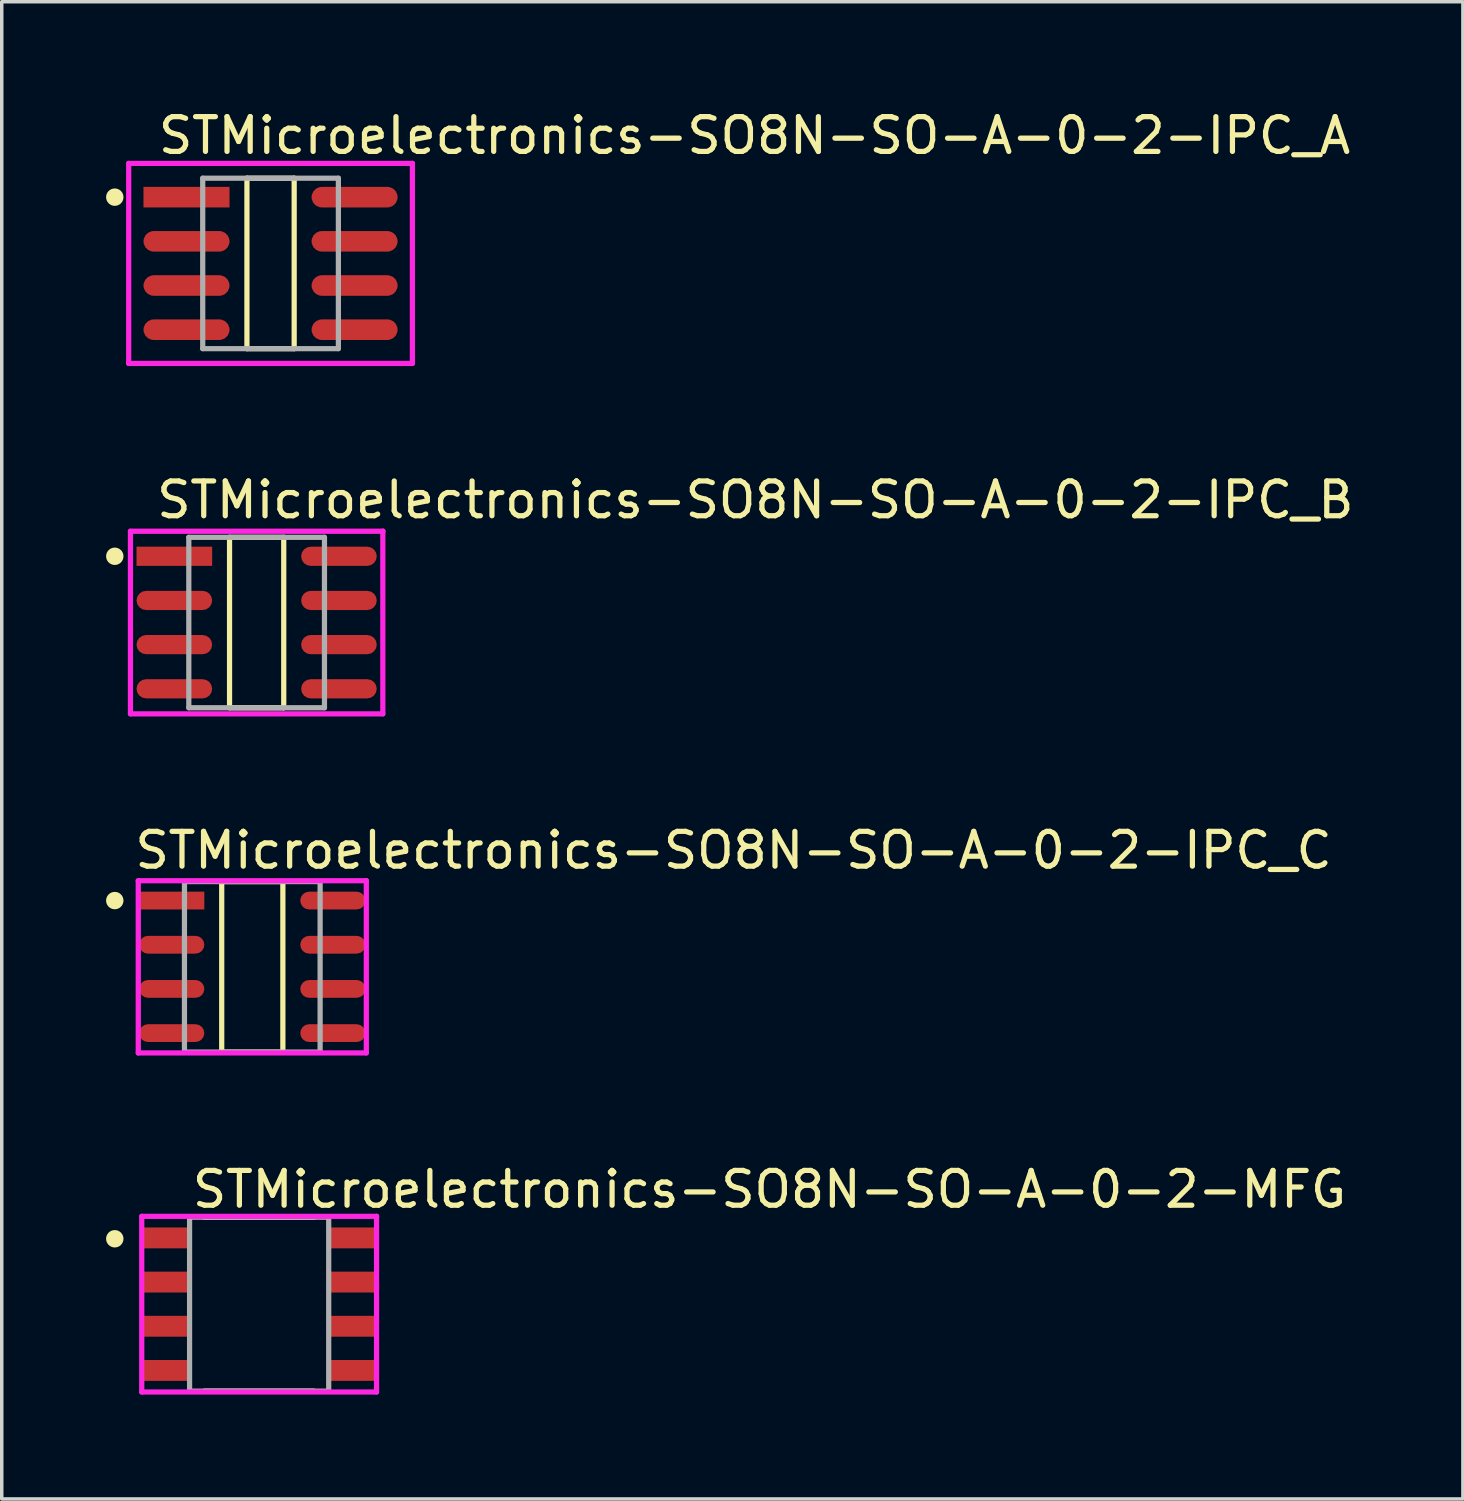
<source format=kicad_pcb>
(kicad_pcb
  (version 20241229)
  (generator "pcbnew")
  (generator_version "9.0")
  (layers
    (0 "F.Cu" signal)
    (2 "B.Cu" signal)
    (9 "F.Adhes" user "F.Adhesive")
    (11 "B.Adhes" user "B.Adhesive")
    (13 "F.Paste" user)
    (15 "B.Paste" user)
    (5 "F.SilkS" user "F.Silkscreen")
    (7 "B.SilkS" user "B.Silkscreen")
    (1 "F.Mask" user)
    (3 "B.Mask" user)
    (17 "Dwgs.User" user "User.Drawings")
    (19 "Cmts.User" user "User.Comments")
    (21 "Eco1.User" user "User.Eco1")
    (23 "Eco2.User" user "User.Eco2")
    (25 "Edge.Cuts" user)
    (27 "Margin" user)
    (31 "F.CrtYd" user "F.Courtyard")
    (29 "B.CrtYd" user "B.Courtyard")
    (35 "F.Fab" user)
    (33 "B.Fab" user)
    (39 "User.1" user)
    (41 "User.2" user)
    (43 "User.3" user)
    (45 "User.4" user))
  (footprint "STMicroelectronics-SO8N-SO-A-0-2-IPC_B"
    (layer "F.Cu")
    (at 4.328 14.847)
    (property "Reference" "STMicroelectronics-SO8N-SO-A-0-2-IPC_B" (at -2.953 -3.525 0) (layer "F.SilkS") (effects (font (size 1 1) (thickness 0.15)) (justify left)))
    (attr through_hole)
    (fp_line (start -0.779 -2.45) (end 0.779 -2.45) (stroke (width 0.15) (type solid)) (layer "F.SilkS"))
    (fp_line (start -0.779 2.45) (end -0.779 -2.45) (stroke (width 0.15) (type solid)) (layer "F.SilkS"))
    (fp_line (start 0.779 -2.45) (end 0.779 2.45) (stroke (width 0.15) (type solid)) (layer "F.SilkS"))
    (fp_line (start 0.779 2.45) (end -0.779 2.45) (stroke (width 0.15) (type solid)) (layer "F.SilkS"))
    (fp_circle (center -4.078 -1.905) (end -3.953 -1.905) (stroke (width 0.25) (type solid)) (fill no) (layer "F.SilkS"))
    (fp_line (start -3.628 -2.625) (end -3.628 2.625) (stroke (width 0.15) (type solid)) (layer "F.CrtYd"))
    (fp_line (start -3.628 2.625) (end 3.628 2.625) (stroke (width 0.15) (type solid)) (layer "F.CrtYd"))
    (fp_line (start 3.628 -2.625) (end -3.628 -2.625) (stroke (width 0.15) (type solid)) (layer "F.CrtYd"))
    (fp_line (start 3.628 -2.625) (end 3.628 -2.625) (stroke (width 0.15) (type solid)) (layer "F.CrtYd"))
    (fp_line (start 3.628 2.625) (end 3.628 -2.625) (stroke (width 0.15) (type solid)) (layer "F.CrtYd"))
    (fp_line (start -1.95 -2.45) (end 1.95 -2.45) (stroke (width 0.15) (type solid)) (layer "F.Fab"))
    (fp_line (start -1.95 2.45) (end -1.95 -2.45) (stroke (width 0.15) (type solid)) (layer "F.Fab"))
    (fp_line (start 1.95 -2.45) (end 1.95 2.45) (stroke (width 0.15) (type solid)) (layer "F.Fab"))
    (fp_line (start 1.95 2.45) (end -1.95 2.45) (stroke (width 0.15) (type solid)) (layer "F.Fab"))
    (pad "1" smd rect (at -2.366 -1.905) (size 2.174 0.552) (layers "F.Cu" "F.Mask" "F.Paste"))
    (pad "2" smd roundrect (at -2.366 -0.635) (size 2.174 0.552) (layers "F.Cu" "F.Mask" "F.Paste") (roundrect_rratio 0.5))
    (pad "3" smd roundrect (at -2.366 0.635) (size 2.174 0.552) (layers "F.Cu" "F.Mask" "F.Paste") (roundrect_rratio 0.5))
    (pad "4" smd roundrect (at -2.366 1.905) (size 2.174 0.552) (layers "F.Cu" "F.Mask" "F.Paste") (roundrect_rratio 0.5))
    (pad "5" smd roundrect (at 2.366 1.905) (size 2.174 0.552) (layers "F.Cu" "F.Mask" "F.Paste") (roundrect_rratio 0.5))
    (pad "6" smd roundrect (at 2.366 0.635) (size 2.174 0.552) (layers "F.Cu" "F.Mask" "F.Paste") (roundrect_rratio 0.5))
    (pad "7" smd roundrect (at 2.366 -0.635) (size 2.174 0.552) (layers "F.Cu" "F.Mask" "F.Paste") (roundrect_rratio 0.5))
    (pad "8" smd roundrect (at 2.366 -1.905) (size 2.174 0.552) (layers "F.Cu" "F.Mask" "F.Paste") (roundrect_rratio 0.5)))
  (footprint "STMicroelectronics-SO8N-SO-A-0-2-IPC_C"
    (layer "F.Cu")
    (at 4.203 24.745)
    (property "Reference" "STMicroelectronics-SO8N-SO-A-0-2-IPC_C" (at -3.453 -3.35 0) (layer "F.SilkS") (effects (font (size 1 1) (thickness 0.15)) (justify left)))
    (attr through_hole)
    (fp_line (start -0.879 -2.45) (end 0.879 -2.45) (stroke (width 0.15) (type solid)) (layer "F.SilkS"))
    (fp_line (start -0.879 2.45) (end -0.879 -2.45) (stroke (width 0.15) (type solid)) (layer "F.SilkS"))
    (fp_line (start 0.879 -2.45) (end 0.879 2.45) (stroke (width 0.15) (type solid)) (layer "F.SilkS"))
    (fp_line (start 0.879 2.45) (end -0.879 2.45) (stroke (width 0.15) (type solid)) (layer "F.SilkS"))
    (fp_circle (center -3.953 -1.905) (end -3.828 -1.905) (stroke (width 0.25) (type solid)) (fill no) (layer "F.SilkS"))
    (fp_line (start -3.278 -2.475) (end -3.278 2.475) (stroke (width 0.15) (type solid)) (layer "F.CrtYd"))
    (fp_line (start -3.278 2.475) (end 3.278 2.475) (stroke (width 0.15) (type solid)) (layer "F.CrtYd"))
    (fp_line (start 3.278 -2.475) (end -3.278 -2.475) (stroke (width 0.15) (type solid)) (layer "F.CrtYd"))
    (fp_line (start 3.278 -2.475) (end 3.278 -2.475) (stroke (width 0.15) (type solid)) (layer "F.CrtYd"))
    (fp_line (start 3.278 2.475) (end 3.278 -2.475) (stroke (width 0.15) (type solid)) (layer "F.CrtYd"))
    (fp_line (start -1.95 -2.45) (end 1.95 -2.45) (stroke (width 0.15) (type solid)) (layer "F.Fab"))
    (fp_line (start -1.95 2.45) (end -1.95 -2.45) (stroke (width 0.15) (type solid)) (layer "F.Fab"))
    (fp_line (start 1.95 -2.45) (end 1.95 2.45) (stroke (width 0.15) (type solid)) (layer "F.Fab"))
    (fp_line (start 1.95 2.45) (end -1.95 2.45) (stroke (width 0.15) (type solid)) (layer "F.Fab"))
    (pad "1" smd rect (at -2.316 -1.905) (size 1.874 0.512) (layers "F.Cu" "F.Mask" "F.Paste"))
    (pad "2" smd roundrect (at -2.316 -0.635) (size 1.874 0.512) (layers "F.Cu" "F.Mask" "F.Paste") (roundrect_rratio 0.5))
    (pad "3" smd roundrect (at -2.316 0.635) (size 1.874 0.512) (layers "F.Cu" "F.Mask" "F.Paste") (roundrect_rratio 0.5))
    (pad "4" smd roundrect (at -2.316 1.905) (size 1.874 0.512) (layers "F.Cu" "F.Mask" "F.Paste") (roundrect_rratio 0.5))
    (pad "5" smd roundrect (at 2.316 1.905) (size 1.874 0.512) (layers "F.Cu" "F.Mask" "F.Paste") (roundrect_rratio 0.5))
    (pad "6" smd roundrect (at 2.316 0.635) (size 1.874 0.512) (layers "F.Cu" "F.Mask" "F.Paste") (roundrect_rratio 0.5))
    (pad "7" smd roundrect (at 2.316 -0.635) (size 1.874 0.512) (layers "F.Cu" "F.Mask" "F.Paste") (roundrect_rratio 0.5))
    (pad "8" smd roundrect (at 2.316 -1.905) (size 1.874 0.512) (layers "F.Cu" "F.Mask" "F.Paste") (roundrect_rratio 0.5)))
  (footprint "STMicroelectronics-SO8N-SO-A-0-2-MFG"
    (layer "F.Cu")
    (at 4.4 34.443)
    (property "Reference" "STMicroelectronics-SO8N-SO-A-0-2-MFG" (at -2 -3.3 0) (layer "F.SilkS") (effects (font (size 1 1) (thickness 0.15)) (justify left)))
    (attr through_hole)
    (fp_line (start -1.575 -2.5) (end 1.575 -2.5) (stroke (width 0.15) (type solid)) (layer "F.SilkS"))
    (fp_line (start -1.575 2.5) (end 1.575 2.5) (stroke (width 0.15) (type solid)) (layer "F.SilkS"))
    (fp_circle (center -4.15 -1.88) (end -4.025 -1.88) (stroke (width 0.25) (type solid)) (fill no) (layer "F.SilkS"))
    (fp_line (start -3.375 -2.525) (end -3.375 2.525) (stroke (width 0.15) (type solid)) (layer "F.CrtYd"))
    (fp_line (start -3.375 2.525) (end 3.375 2.525) (stroke (width 0.15) (type solid)) (layer "F.CrtYd"))
    (fp_line (start 3.375 -2.525) (end -3.375 -2.525) (stroke (width 0.15) (type solid)) (layer "F.CrtYd"))
    (fp_line (start 3.375 -2.525) (end 3.375 -2.525) (stroke (width 0.15) (type solid)) (layer "F.CrtYd"))
    (fp_line (start 3.375 2.525) (end 3.375 -2.525) (stroke (width 0.15) (type solid)) (layer "F.CrtYd"))
    (fp_line (start -2 -2.5) (end 2 -2.5) (stroke (width 0.15) (type solid)) (layer "F.Fab"))
    (fp_line (start -2 2.5) (end -2 -2.5) (stroke (width 0.15) (type solid)) (layer "F.Fab"))
    (fp_line (start 2 -2.5) (end 2 2.5) (stroke (width 0.15) (type solid)) (layer "F.Fab"))
    (fp_line (start 2 2.5) (end -2 2.5) (stroke (width 0.15) (type solid)) (layer "F.Fab"))
    (pad "1" smd rect (at -2.65 -1.905) (size 1.4 0.6) (layers "F.Cu" "F.Mask" "F.Paste"))
    (pad "2" smd rect (at -2.65 -0.635) (size 1.4 0.6) (layers "F.Cu" "F.Mask" "F.Paste"))
    (pad "3" smd rect (at -2.65 0.635) (size 1.4 0.6) (layers "F.Cu" "F.Mask" "F.Paste"))
    (pad "4" smd rect (at -2.65 1.905) (size 1.4 0.6) (layers "F.Cu" "F.Mask" "F.Paste"))
    (pad "5" smd rect (at 2.65 1.905) (size 1.4 0.6) (layers "F.Cu" "F.Mask" "F.Paste"))
    (pad "6" smd rect (at 2.65 0.635) (size 1.4 0.6) (layers "F.Cu" "F.Mask" "F.Paste"))
    (pad "7" smd rect (at 2.65 -0.635) (size 1.4 0.6) (layers "F.Cu" "F.Mask" "F.Paste"))
    (pad "8" smd rect (at 2.65 -1.905) (size 1.4 0.6) (layers "F.Cu" "F.Mask" "F.Paste")))
  (footprint "STMicroelectronics-SO8N-SO-A-0-2-IPC_A"
    (layer "F.Cu")
    (at 4.728 4.523)
    (property "Reference" "STMicroelectronics-SO8N-SO-A-0-2-IPC_A" (at -3.303 -3.675 0) (layer "F.SilkS") (effects (font (size 1 1) (thickness 0.15)) (justify left)))
    (attr through_hole)
    (fp_line (start -0.679 -2.45) (end 0.679 -2.45) (stroke (width 0.15) (type solid)) (layer "F.SilkS"))
    (fp_line (start -0.679 2.45) (end -0.679 -2.45) (stroke (width 0.15) (type solid)) (layer "F.SilkS"))
    (fp_line (start 0.679 -2.45) (end 0.679 2.45) (stroke (width 0.15) (type solid)) (layer "F.SilkS"))
    (fp_line (start 0.679 2.45) (end -0.679 2.45) (stroke (width 0.15) (type solid)) (layer "F.SilkS"))
    (fp_circle (center -4.478 -1.905) (end -4.353 -1.905) (stroke (width 0.25) (type solid)) (fill no) (layer "F.SilkS"))
    (fp_line (start -4.078 -2.875) (end -4.078 2.875) (stroke (width 0.15) (type solid)) (layer "F.CrtYd"))
    (fp_line (start -4.078 2.875) (end 4.078 2.875) (stroke (width 0.15) (type solid)) (layer "F.CrtYd"))
    (fp_line (start 4.078 -2.875) (end -4.078 -2.875) (stroke (width 0.15) (type solid)) (layer "F.CrtYd"))
    (fp_line (start 4.078 -2.875) (end 4.078 -2.875) (stroke (width 0.15) (type solid)) (layer "F.CrtYd"))
    (fp_line (start 4.078 2.875) (end 4.078 -2.875) (stroke (width 0.15) (type solid)) (layer "F.CrtYd"))
    (fp_line (start -1.95 -2.45) (end 1.95 -2.45) (stroke (width 0.15) (type solid)) (layer "F.Fab"))
    (fp_line (start -1.95 2.45) (end -1.95 -2.45) (stroke (width 0.15) (type solid)) (layer "F.Fab"))
    (fp_line (start 1.95 -2.45) (end 1.95 2.45) (stroke (width 0.15) (type solid)) (layer "F.Fab"))
    (fp_line (start 1.95 2.45) (end -1.95 2.45) (stroke (width 0.15) (type solid)) (layer "F.Fab"))
    (pad "1" smd rect (at -2.416 -1.905) (size 2.474 0.592) (layers "F.Cu" "F.Mask" "F.Paste"))
    (pad "2" smd roundrect (at -2.416 -0.635) (size 2.474 0.592) (layers "F.Cu" "F.Mask" "F.Paste") (roundrect_rratio 0.5))
    (pad "3" smd roundrect (at -2.416 0.635) (size 2.474 0.592) (layers "F.Cu" "F.Mask" "F.Paste") (roundrect_rratio 0.5))
    (pad "4" smd roundrect (at -2.416 1.905) (size 2.474 0.592) (layers "F.Cu" "F.Mask" "F.Paste") (roundrect_rratio 0.5))
    (pad "5" smd roundrect (at 2.416 1.905) (size 2.474 0.592) (layers "F.Cu" "F.Mask" "F.Paste") (roundrect_rratio 0.5))
    (pad "6" smd roundrect (at 2.416 0.635) (size 2.474 0.592) (layers "F.Cu" "F.Mask" "F.Paste") (roundrect_rratio 0.5))
    (pad "7" smd roundrect (at 2.416 -0.635) (size 2.474 0.592) (layers "F.Cu" "F.Mask" "F.Paste") (roundrect_rratio 0.5))
    (pad "8" smd roundrect (at 2.416 -1.905) (size 2.474 0.592) (layers "F.Cu" "F.Mask" "F.Paste") (roundrect_rratio 0.5)))
  (gr_rect
    (start -3 -3)
    (end 39.006 40.043)
    (stroke (width 0.1) (type default))
    (fill no)
    (layer "Edge.Cuts")))
</source>
